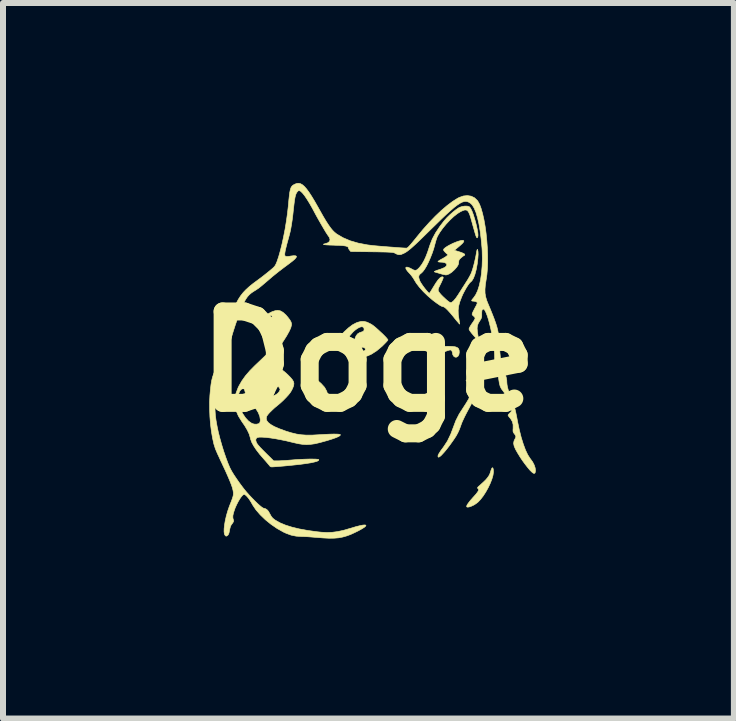
<source format=kicad_pcb>
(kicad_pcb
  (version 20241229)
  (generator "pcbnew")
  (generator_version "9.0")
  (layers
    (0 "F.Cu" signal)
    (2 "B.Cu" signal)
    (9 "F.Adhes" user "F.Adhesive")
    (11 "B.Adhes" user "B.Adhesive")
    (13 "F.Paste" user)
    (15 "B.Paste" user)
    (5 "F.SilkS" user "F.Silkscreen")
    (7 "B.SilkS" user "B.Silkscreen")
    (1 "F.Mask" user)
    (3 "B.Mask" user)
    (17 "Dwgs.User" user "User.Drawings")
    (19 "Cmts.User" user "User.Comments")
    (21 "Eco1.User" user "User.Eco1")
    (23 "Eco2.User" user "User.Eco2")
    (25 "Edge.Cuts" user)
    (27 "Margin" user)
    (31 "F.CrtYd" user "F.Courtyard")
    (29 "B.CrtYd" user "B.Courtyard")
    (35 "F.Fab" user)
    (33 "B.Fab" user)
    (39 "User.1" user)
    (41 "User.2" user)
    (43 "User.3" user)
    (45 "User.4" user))
  (footprint "Doge"
    (layer "F.Cu")
    (at 3.092 2.976)
    (property "Reference" "Doge" (at 0 0 0) (layer "F.SilkS") (effects (font (size 1.524 1.524) (thickness 0.3))))
    (attr through_hole)
    (fp_poly (pts (xy -0.921 0.274) (xy -0.882 0.293) (xy -0.836 0.326) (xy -0.789 0.367) (xy -0.731 0.431) (xy -0.694 0.499) (xy -0.676 0.572) (xy -0.678 0.648) (xy -0.685 0.684) (xy -0.699 0.727) (xy -0.715 0.763) (xy -0.731 0.786) (xy -0.742 0.792) (xy -0.75 0.784) (xy -0.756 0.762) (xy -0.756 0.759) (xy -0.759 0.733) (xy -0.762 0.694) (xy -0.765 0.651) (xy -0.766 0.645) (xy -0.776 0.565) (xy -0.795 0.493) (xy -0.824 0.434) (xy -0.859 0.389) (xy -0.901 0.361) (xy -0.91 0.358) (xy -0.947 0.343) (xy -0.967 0.327) (xy -0.975 0.307) (xy -0.975 0.298) (xy -0.969 0.275) (xy -0.95 0.268) (xy -0.921 0.274)) (stroke (width 0.01) (type solid)) (fill yes) (layer "F.SilkS"))
    (fp_poly (pts (xy 1.394 -0.252) (xy 1.443 -0.246) (xy 1.478 -0.234) (xy 1.5 -0.216) (xy 1.511 -0.189) (xy 1.514 -0.155) (xy 1.508 -0.116) (xy 1.492 -0.088) (xy 1.469 -0.073) (xy 1.443 -0.073) (xy 1.419 -0.09) (xy 1.405 -0.115) (xy 1.402 -0.133) (xy 1.396 -0.162) (xy 1.388 -0.178) (xy 1.376 -0.19) (xy 1.361 -0.193) (xy 1.334 -0.186) (xy 1.334 -0.186) (xy 1.303 -0.176) (xy 1.264 -0.161) (xy 1.235 -0.149) (xy 1.195 -0.134) (xy 1.168 -0.13) (xy 1.152 -0.137) (xy 1.143 -0.156) (xy 1.142 -0.159) (xy 1.139 -0.193) (xy 1.152 -0.218) (xy 1.181 -0.236) (xy 1.226 -0.248) (xy 1.29 -0.253) (xy 1.326 -0.254) (xy 1.394 -0.252)) (stroke (width 0.01) (type solid)) (fill yes) (layer "F.SilkS"))
    (fp_poly (pts (xy 2.073 1.773) (xy 2.08 1.794) (xy 2.083 1.834) (xy 2.083 1.843) (xy 2.076 1.895) (xy 2.058 1.958) (xy 2.031 2.028) (xy 1.996 2.102) (xy 1.956 2.174) (xy 1.912 2.242) (xy 1.867 2.3) (xy 1.826 2.343) (xy 1.793 2.369) (xy 1.755 2.393) (xy 1.717 2.411) (xy 1.682 2.423) (xy 1.655 2.428) (xy 1.639 2.423) (xy 1.636 2.416) (xy 1.642 2.394) (xy 1.663 2.362) (xy 1.697 2.318) (xy 1.746 2.262) (xy 1.75 2.258) (xy 1.791 2.212) (xy 1.818 2.177) (xy 1.833 2.152) (xy 1.836 2.134) (xy 1.829 2.121) (xy 1.825 2.118) (xy 1.817 2.109) (xy 1.82 2.099) (xy 1.834 2.083) (xy 1.852 2.068) (xy 1.908 2.017) (xy 1.951 1.976) (xy 1.982 1.94) (xy 2.005 1.908) (xy 2.022 1.875) (xy 2.035 1.839) (xy 2.038 1.827) (xy 2.051 1.789) (xy 2.063 1.771) (xy 2.073 1.773)) (stroke (width 0.01) (type solid)) (fill yes) (layer "F.SilkS"))
    (fp_poly (pts (xy 1.672 0.044) (xy 1.688 0.058) (xy 1.712 0.083) (xy 1.741 0.117) (xy 1.759 0.139) (xy 1.798 0.192) (xy 1.826 0.243) (xy 1.844 0.293) (xy 1.85 0.346) (xy 1.845 0.402) (xy 1.828 0.466) (xy 1.799 0.539) (xy 1.759 0.624) (xy 1.719 0.699) (xy 1.672 0.787) (xy 1.633 0.86) (xy 1.602 0.921) (xy 1.578 0.972) (xy 1.558 1.016) (xy 1.543 1.056) (xy 1.531 1.09) (xy 1.512 1.14) (xy 1.489 1.19) (xy 1.46 1.243) (xy 1.421 1.302) (xy 1.372 1.371) (xy 1.345 1.408) (xy 1.301 1.465) (xy 1.26 1.514) (xy 1.223 1.554) (xy 1.194 1.581) (xy 1.173 1.594) (xy 1.168 1.595) (xy 1.16 1.587) (xy 1.158 1.577) (xy 1.163 1.556) (xy 1.18 1.526) (xy 1.208 1.483) (xy 1.249 1.428) (xy 1.251 1.425) (xy 1.316 1.326) (xy 1.372 1.209) (xy 1.412 1.103) (xy 1.456 0.986) (xy 1.512 0.875) (xy 1.585 0.762) (xy 1.585 0.762) (xy 1.625 0.7) (xy 1.662 0.638) (xy 1.694 0.577) (xy 1.718 0.523) (xy 1.732 0.48) (xy 1.735 0.467) (xy 1.737 0.445) (xy 1.734 0.429) (xy 1.723 0.412) (xy 1.702 0.39) (xy 1.683 0.373) (xy 1.656 0.346) (xy 1.635 0.325) (xy 1.626 0.313) (xy 1.626 0.312) (xy 1.634 0.307) (xy 1.656 0.305) (xy 1.659 0.305) (xy 1.7 0.298) (xy 1.726 0.278) (xy 1.736 0.246) (xy 1.731 0.2) (xy 1.71 0.142) (xy 1.702 0.123) (xy 1.685 0.088) (xy 1.673 0.06) (xy 1.667 0.045) (xy 1.666 0.043) (xy 1.672 0.044)) (stroke (width 0.01) (type solid)) (fill yes) (layer "F.SilkS"))
    (fp_poly (pts (xy 1.58 -2.018) (xy 1.59 -2.009) (xy 1.585 -1.993) (xy 1.566 -1.969) (xy 1.53 -1.936) (xy 1.503 -1.913) (xy 1.432 -1.854) (xy 1.475 -1.841) (xy 1.532 -1.823) (xy 1.571 -1.808) (xy 1.595 -1.796) (xy 1.605 -1.786) (xy 1.605 -1.782) (xy 1.601 -1.769) (xy 1.597 -1.768) (xy 1.585 -1.762) (xy 1.564 -1.746) (xy 1.546 -1.731) (xy 1.52 -1.707) (xy 1.508 -1.687) (xy 1.504 -1.663) (xy 1.504 -1.658) (xy 1.501 -1.629) (xy 1.49 -1.602) (xy 1.47 -1.572) (xy 1.437 -1.534) (xy 1.429 -1.526) (xy 1.387 -1.488) (xy 1.345 -1.46) (xy 1.306 -1.445) (xy 1.288 -1.443) (xy 1.267 -1.447) (xy 1.234 -1.454) (xy 1.195 -1.465) (xy 1.189 -1.467) (xy 1.15 -1.479) (xy 1.118 -1.488) (xy 1.099 -1.495) (xy 1.097 -1.495) (xy 1.099 -1.5) (xy 1.117 -1.51) (xy 1.148 -1.522) (xy 1.167 -1.528) (xy 1.209 -1.542) (xy 1.245 -1.557) (xy 1.271 -1.568) (xy 1.275 -1.571) (xy 1.3 -1.594) (xy 1.306 -1.616) (xy 1.295 -1.635) (xy 1.268 -1.649) (xy 1.227 -1.656) (xy 1.213 -1.656) (xy 1.183 -1.658) (xy 1.163 -1.662) (xy 1.158 -1.666) (xy 1.167 -1.675) (xy 1.189 -1.69) (xy 1.217 -1.706) (xy 1.252 -1.725) (xy 1.284 -1.744) (xy 1.301 -1.757) (xy 1.326 -1.778) (xy 1.288 -1.812) (xy 1.266 -1.835) (xy 1.252 -1.855) (xy 1.25 -1.862) (xy 1.259 -1.879) (xy 1.283 -1.9) (xy 1.32 -1.924) (xy 1.364 -1.948) (xy 1.413 -1.972) (xy 1.462 -1.992) (xy 1.508 -2.008) (xy 1.547 -2.018) (xy 1.574 -2.02) (xy 1.58 -2.018)) (stroke (width 0.01) (type solid)) (fill yes) (layer "F.SilkS"))
    (fp_poly (pts (xy -0.024 -0.656) (xy 0.032 -0.629) (xy 0.061 -0.612) (xy 0.087 -0.593) (xy 0.12 -0.566) (xy 0.158 -0.532) (xy 0.198 -0.495) (xy 0.238 -0.458) (xy 0.273 -0.423) (xy 0.301 -0.393) (xy 0.319 -0.37) (xy 0.325 -0.36) (xy 0.318 -0.349) (xy 0.299 -0.327) (xy 0.27 -0.297) (xy 0.235 -0.262) (xy 0.229 -0.256) (xy 0.136 -0.178) (xy 0.045 -0.12) (xy -0.044 -0.082) (xy -0.131 -0.064) (xy -0.217 -0.066) (xy -0.248 -0.072) (xy -0.306 -0.091) (xy -0.364 -0.119) (xy -0.419 -0.153) (xy -0.465 -0.191) (xy -0.5 -0.23) (xy -0.521 -0.266) (xy -0.523 -0.276) (xy -0.522 -0.323) (xy -0.519 -0.33) (xy -0.354 -0.33) (xy -0.35 -0.284) (xy -0.328 -0.244) (xy -0.287 -0.212) (xy -0.244 -0.193) (xy -0.201 -0.181) (xy -0.153 -0.175) (xy -0.108 -0.173) (xy -0.074 -0.177) (xy -0.067 -0.179) (xy -0.053 -0.193) (xy -0.051 -0.205) (xy -0.06 -0.224) (xy -0.085 -0.236) (xy -0.124 -0.241) (xy -0.159 -0.239) (xy -0.2 -0.238) (xy -0.228 -0.249) (xy -0.242 -0.273) (xy -0.242 -0.311) (xy -0.231 -0.364) (xy -0.229 -0.373) (xy -0.208 -0.425) (xy -0.182 -0.46) (xy -0.147 -0.482) (xy -0.125 -0.489) (xy -0.091 -0.501) (xy -0.075 -0.517) (xy -0.073 -0.54) (xy -0.075 -0.554) (xy -0.089 -0.574) (xy -0.113 -0.58) (xy -0.146 -0.572) (xy -0.187 -0.55) (xy -0.232 -0.516) (xy -0.257 -0.493) (xy -0.308 -0.435) (xy -0.34 -0.38) (xy -0.354 -0.33) (xy -0.519 -0.33) (xy -0.501 -0.376) (xy -0.46 -0.435) (xy -0.405 -0.495) (xy -0.332 -0.562) (xy -0.267 -0.611) (xy -0.205 -0.644) (xy -0.179 -0.654) (xy -0.125 -0.668) (xy -0.075 -0.669) (xy -0.024 -0.656)) (stroke (width 0.01) (type solid)) (fill yes) (layer "F.SilkS"))
    (fp_poly (pts (xy 1.647 -2.59) (xy 1.679 -2.581) (xy 1.69 -2.572) (xy 1.707 -2.546) (xy 1.727 -2.504) (xy 1.747 -2.45) (xy 1.766 -2.389) (xy 1.785 -2.325) (xy 1.801 -2.26) (xy 1.814 -2.199) (xy 1.823 -2.146) (xy 1.826 -2.105) (xy 1.823 -2.082) (xy 1.818 -2.068) (xy 1.812 -2.061) (xy 1.806 -2.064) (xy 1.798 -2.077) (xy 1.788 -2.103) (xy 1.776 -2.143) (xy 1.76 -2.199) (xy 1.739 -2.272) (xy 1.727 -2.316) (xy 1.706 -2.391) (xy 1.688 -2.448) (xy 1.67 -2.488) (xy 1.652 -2.513) (xy 1.631 -2.525) (xy 1.605 -2.526) (xy 1.574 -2.516) (xy 1.538 -2.5) (xy 1.483 -2.466) (xy 1.422 -2.418) (xy 1.359 -2.359) (xy 1.297 -2.293) (xy 1.239 -2.223) (xy 1.189 -2.153) (xy 1.15 -2.087) (xy 1.138 -2.058) (xy 1.125 -2.017) (xy 1.112 -1.971) (xy 1.108 -1.957) (xy 1.088 -1.882) (xy 1.062 -1.805) (xy 1.032 -1.729) (xy 1 -1.656) (xy 0.968 -1.592) (xy 0.935 -1.537) (xy 0.905 -1.497) (xy 0.881 -1.474) (xy 0.853 -1.451) (xy 0.839 -1.427) (xy 0.839 -1.396) (xy 0.852 -1.353) (xy 0.853 -1.35) (xy 0.865 -1.325) (xy 0.886 -1.292) (xy 0.912 -1.254) (xy 0.94 -1.217) (xy 0.968 -1.183) (xy 0.992 -1.156) (xy 1.009 -1.14) (xy 1.015 -1.138) (xy 1.022 -1.146) (xy 1.038 -1.169) (xy 1.058 -1.202) (xy 1.081 -1.24) (xy 1.125 -1.311) (xy 1.162 -1.363) (xy 1.194 -1.396) (xy 1.221 -1.411) (xy 1.229 -1.412) (xy 1.241 -1.41) (xy 1.246 -1.403) (xy 1.244 -1.387) (xy 1.233 -1.36) (xy 1.215 -1.319) (xy 1.197 -1.283) (xy 1.177 -1.243) (xy 1.166 -1.216) (xy 1.162 -1.198) (xy 1.163 -1.182) (xy 1.168 -1.169) (xy 1.182 -1.148) (xy 1.206 -1.119) (xy 1.238 -1.086) (xy 1.274 -1.052) (xy 1.308 -1.021) (xy 1.339 -0.997) (xy 1.361 -0.983) (xy 1.364 -0.982) (xy 1.387 -0.986) (xy 1.417 -1.01) (xy 1.453 -1.052) (xy 1.496 -1.114) (xy 1.508 -1.134) (xy 1.536 -1.177) (xy 1.569 -1.23) (xy 1.604 -1.284) (xy 1.624 -1.316) (xy 1.654 -1.363) (xy 1.681 -1.41) (xy 1.704 -1.453) (xy 1.715 -1.477) (xy 1.733 -1.528) (xy 1.752 -1.593) (xy 1.77 -1.666) (xy 1.787 -1.741) (xy 1.799 -1.808) (xy 1.806 -1.847) (xy 1.812 -1.866) (xy 1.817 -1.869) (xy 1.819 -1.864) (xy 1.826 -1.832) (xy 1.828 -1.784) (xy 1.824 -1.723) (xy 1.816 -1.652) (xy 1.814 -1.633) (xy 1.796 -1.533) (xy 1.774 -1.451) (xy 1.75 -1.388) (xy 1.723 -1.344) (xy 1.702 -1.325) (xy 1.683 -1.306) (xy 1.659 -1.273) (xy 1.631 -1.229) (xy 1.602 -1.177) (xy 1.574 -1.123) (xy 1.555 -1.08) (xy 1.523 -0.997) (xy 1.503 -0.924) (xy 1.495 -0.855) (xy 1.497 -0.783) (xy 1.509 -0.705) (xy 1.515 -0.668) (xy 1.52 -0.639) (xy 1.521 -0.624) (xy 1.52 -0.623) (xy 1.513 -0.629) (xy 1.496 -0.649) (xy 1.47 -0.679) (xy 1.439 -0.717) (xy 1.425 -0.735) (xy 1.369 -0.803) (xy 1.322 -0.855) (xy 1.286 -0.89) (xy 1.258 -0.91) (xy 1.243 -0.914) (xy 1.222 -0.92) (xy 1.19 -0.937) (xy 1.146 -0.967) (xy 1.088 -1.01) (xy 1.065 -1.028) (xy 0.987 -1.095) (xy 0.914 -1.166) (xy 0.85 -1.237) (xy 0.798 -1.305) (xy 0.772 -1.347) (xy 0.747 -1.389) (xy 0.718 -1.43) (xy 0.691 -1.462) (xy 0.686 -1.467) (xy 0.649 -1.508) (xy 0.627 -1.54) (xy 0.621 -1.562) (xy 0.629 -1.573) (xy 0.653 -1.572) (xy 0.691 -1.558) (xy 0.718 -1.544) (xy 0.754 -1.525) (xy 0.781 -1.519) (xy 0.806 -1.527) (xy 0.832 -1.549) (xy 0.854 -1.573) (xy 0.888 -1.617) (xy 0.921 -1.672) (xy 0.953 -1.739) (xy 0.985 -1.821) (xy 1.018 -1.921) (xy 1.026 -1.945) (xy 1.064 -2.043) (xy 1.12 -2.147) (xy 1.192 -2.255) (xy 1.264 -2.349) (xy 1.307 -2.397) (xy 1.356 -2.445) (xy 1.408 -2.491) (xy 1.457 -2.53) (xy 1.501 -2.56) (xy 1.519 -2.57) (xy 1.561 -2.584) (xy 1.606 -2.591) (xy 1.647 -2.59)) (stroke (width 0.01) (type solid)) (fill yes) (layer "F.SilkS"))
    (fp_poly (pts (xy -1.47 -0.845) (xy -1.425 -0.82) (xy -1.377 -0.777) (xy -1.346 -0.741) (xy -1.311 -0.695) (xy -1.29 -0.658) (xy -1.282 -0.625) (xy -1.284 -0.603) (xy -1.296 -0.559) (xy -1.323 -0.501) (xy -1.363 -0.429) (xy -1.417 -0.344) (xy -1.485 -0.244) (xy -1.567 -0.13) (xy -1.596 -0.091) (xy -1.631 -0.043) (xy -1.662 -0.001) (xy -1.686 0.032) (xy -1.702 0.055) (xy -1.707 0.064) (xy -1.698 0.067) (xy -1.673 0.07) (xy -1.638 0.072) (xy -1.633 0.073) (xy -1.565 0.082) (xy -1.501 0.104) (xy -1.438 0.141) (xy -1.373 0.194) (xy -1.344 0.221) (xy -1.299 0.267) (xy -1.268 0.304) (xy -1.25 0.335) (xy -1.243 0.364) (xy -1.246 0.394) (xy -1.254 0.421) (xy -1.271 0.461) (xy -1.293 0.501) (xy -1.302 0.515) (xy -1.332 0.554) (xy -1.374 0.6) (xy -1.422 0.649) (xy -1.471 0.694) (xy -1.514 0.73) (xy -1.563 0.77) (xy -1.608 0.812) (xy -1.648 0.851) (xy -1.678 0.886) (xy -1.696 0.912) (xy -1.697 0.915) (xy -1.704 0.95) (xy -1.696 0.984) (xy -1.671 1.017) (xy -1.629 1.05) (xy -1.57 1.084) (xy -1.492 1.118) (xy -1.394 1.154) (xy -1.372 1.162) (xy -1.283 1.189) (xy -1.201 1.209) (xy -1.121 1.221) (xy -1.037 1.227) (xy -0.943 1.227) (xy -0.836 1.221) (xy -0.735 1.215) (xy -0.649 1.211) (xy -0.578 1.209) (xy -0.523 1.21) (xy -0.487 1.213) (xy -0.469 1.219) (xy -0.467 1.222) (xy -0.476 1.236) (xy -0.502 1.252) (xy -0.547 1.271) (xy -0.61 1.293) (xy -0.693 1.319) (xy -0.719 1.326) (xy -0.813 1.352) (xy -0.894 1.371) (xy -0.966 1.381) (xy -1.032 1.385) (xy -1.098 1.381) (xy -1.168 1.37) (xy -1.248 1.352) (xy -1.265 1.348) (xy -1.364 1.324) (xy -1.46 1.304) (xy -1.551 1.287) (xy -1.636 1.274) (xy -1.71 1.265) (xy -1.773 1.261) (xy -1.821 1.261) (xy -1.853 1.267) (xy -1.857 1.269) (xy -1.876 1.289) (xy -1.878 1.319) (xy -1.865 1.356) (xy -1.849 1.38) (xy -1.831 1.402) (xy -1.802 1.435) (xy -1.764 1.474) (xy -1.722 1.516) (xy -1.699 1.539) (xy -1.58 1.656) (xy -1.514 1.656) (xy -1.481 1.655) (xy -1.433 1.652) (xy -1.375 1.649) (xy -1.312 1.644) (xy -1.275 1.641) (xy -1.202 1.635) (xy -1.129 1.631) (xy -1.057 1.628) (xy -0.99 1.626) (xy -0.931 1.626) (xy -0.883 1.627) (xy -0.848 1.63) (xy -0.83 1.634) (xy -0.828 1.635) (xy -0.831 1.648) (xy -0.853 1.661) (xy -0.896 1.674) (xy -0.959 1.688) (xy -1.041 1.701) (xy -1.144 1.715) (xy -1.267 1.728) (xy -1.409 1.742) (xy -1.47 1.747) (xy -1.53 1.752) (xy -1.573 1.755) (xy -1.603 1.757) (xy -1.622 1.756) (xy -1.634 1.752) (xy -1.641 1.746) (xy -1.647 1.739) (xy -1.659 1.724) (xy -1.682 1.697) (xy -1.711 1.663) (xy -1.741 1.629) (xy -1.813 1.546) (xy -1.87 1.472) (xy -1.913 1.407) (xy -1.945 1.348) (xy -1.965 1.294) (xy -1.97 1.271) (xy -1.988 1.21) (xy -2.019 1.144) (xy -2.064 1.068) (xy -2.108 1.005) (xy -2.168 0.909) (xy -2.208 0.816) (xy -2.228 0.723) (xy -2.229 0.641) (xy -2.171 0.641) (xy -2.157 0.718) (xy -2.132 0.797) (xy -2.095 0.871) (xy -2.05 0.938) (xy -1.999 0.993) (xy -1.946 1.03) (xy -1.907 1.043) (xy -1.867 1.045) (xy -1.833 1.037) (xy -1.823 1.032) (xy -1.81 1.016) (xy -1.804 0.989) (xy -1.803 0.969) (xy -1.812 0.913) (xy -1.837 0.851) (xy -1.878 0.785) (xy -1.915 0.737) (xy -1.978 0.657) (xy -2.023 0.587) (xy -2.051 0.527) (xy -2.057 0.505) (xy -2.065 0.474) (xy -2.074 0.458) (xy -2.087 0.452) (xy -2.093 0.452) (xy -2.118 0.462) (xy -2.141 0.487) (xy -2.159 0.525) (xy -2.169 0.568) (xy -2.171 0.641) (xy -2.229 0.641) (xy -2.229 0.629) (xy -2.21 0.533) (xy -2.176 0.443) (xy -1.667 0.443) (xy -1.662 0.485) (xy -1.648 0.523) (xy -1.626 0.552) (xy -1.618 0.558) (xy -1.593 0.568) (xy -1.568 0.564) (xy -1.545 0.554) (xy -1.514 0.532) (xy -1.489 0.503) (xy -1.475 0.475) (xy -1.473 0.465) (xy -1.48 0.447) (xy -1.498 0.422) (xy -1.518 0.4) (xy -1.558 0.368) (xy -1.595 0.355) (xy -1.628 0.362) (xy -1.646 0.376) (xy -1.662 0.405) (xy -1.667 0.443) (xy -2.176 0.443) (xy -2.172 0.434) (xy -2.159 0.407) (xy -2.11 0.322) (xy -2.051 0.239) (xy -1.978 0.154) (xy -1.896 0.071) (xy -1.815 -0.006) (xy -1.748 -0.07) (xy -1.694 -0.123) (xy -1.653 -0.165) (xy -1.622 -0.197) (xy -1.601 -0.22) (xy -1.589 -0.235) (xy -1.585 -0.243) (xy -1.585 -0.244) (xy -1.592 -0.256) (xy -1.611 -0.279) (xy -1.638 -0.308) (xy -1.667 -0.337) (xy -1.717 -0.39) (xy -1.753 -0.435) (xy -1.775 -0.479) (xy -1.787 -0.524) (xy -1.791 -0.576) (xy -1.791 -0.579) (xy -1.789 -0.623) (xy -1.696 -0.623) (xy -1.69 -0.569) (xy -1.68 -0.516) (xy -1.665 -0.468) (xy -1.648 -0.43) (xy -1.628 -0.407) (xy -1.627 -0.406) (xy -1.6 -0.399) (xy -1.572 -0.403) (xy -1.552 -0.417) (xy -1.551 -0.418) (xy -1.545 -0.446) (xy -1.558 -0.478) (xy -1.59 -0.512) (xy -1.61 -0.528) (xy -1.642 -0.554) (xy -1.661 -0.576) (xy -1.666 -0.589) (xy -1.662 -0.607) (xy -1.651 -0.637) (xy -1.636 -0.672) (xy -1.617 -0.713) (xy -1.608 -0.739) (xy -1.607 -0.755) (xy -1.614 -0.763) (xy -1.618 -0.765) (xy -1.643 -0.764) (xy -1.667 -0.747) (xy -1.685 -0.719) (xy -1.688 -0.713) (xy -1.695 -0.673) (xy -1.696 -0.623) (xy -1.789 -0.623) (xy -1.789 -0.628) (xy -1.78 -0.666) (xy -1.764 -0.701) (xy -1.739 -0.739) (xy -1.705 -0.772) (xy -1.658 -0.804) (xy -1.605 -0.831) (xy -1.552 -0.848) (xy -1.513 -0.853) (xy -1.47 -0.845)) (stroke (width 0.01) (type solid)) (fill yes) (layer "F.SilkS"))
    (fp_poly (pts (xy -1.133 -2.964) (xy -1.102 -2.947) (xy -1.069 -2.919) (xy -1.033 -2.878) (xy -0.993 -2.824) (xy -0.948 -2.755) (xy -0.897 -2.671) (xy -0.839 -2.569) (xy -0.807 -2.512) (xy -0.754 -2.418) (xy -0.708 -2.341) (xy -0.667 -2.278) (xy -0.631 -2.227) (xy -0.598 -2.187) (xy -0.566 -2.155) (xy -0.534 -2.129) (xy -0.529 -2.125) (xy -0.425 -2.064) (xy -0.306 -2.013) (xy -0.169 -1.973) (xy -0.016 -1.944) (xy 0.091 -1.931) (xy 0.137 -1.927) (xy 0.194 -1.922) (xy 0.259 -1.917) (xy 0.328 -1.911) (xy 0.397 -1.906) (xy 0.464 -1.901) (xy 0.525 -1.896) (xy 0.575 -1.893) (xy 0.613 -1.891) (xy 0.633 -1.89) (xy 0.644 -1.893) (xy 0.658 -1.903) (xy 0.678 -1.923) (xy 0.705 -1.953) (xy 0.741 -1.996) (xy 0.787 -2.052) (xy 0.809 -2.08) (xy 0.91 -2.202) (xy 1.013 -2.317) (xy 1.114 -2.422) (xy 1.214 -2.517) (xy 1.309 -2.598) (xy 1.399 -2.666) (xy 1.481 -2.718) (xy 1.511 -2.734) (xy 1.581 -2.759) (xy 1.649 -2.766) (xy 1.712 -2.756) (xy 1.768 -2.729) (xy 1.814 -2.685) (xy 1.824 -2.671) (xy 1.853 -2.618) (xy 1.879 -2.547) (xy 1.903 -2.461) (xy 1.925 -2.363) (xy 1.944 -2.255) (xy 1.96 -2.14) (xy 1.972 -2.021) (xy 1.981 -1.899) (xy 1.986 -1.779) (xy 1.987 -1.662) (xy 1.983 -1.551) (xy 1.974 -1.449) (xy 1.962 -1.367) (xy 1.948 -1.278) (xy 1.942 -1.204) (xy 1.943 -1.139) (xy 1.953 -1.079) (xy 1.971 -1.018) (xy 1.986 -0.98) (xy 2.03 -0.875) (xy 2.066 -0.786) (xy 2.096 -0.709) (xy 2.12 -0.642) (xy 2.139 -0.583) (xy 2.153 -0.528) (xy 2.164 -0.474) (xy 2.172 -0.419) (xy 2.178 -0.359) (xy 2.183 -0.293) (xy 2.185 -0.249) (xy 2.191 -0.15) (xy 2.199 -0.069) (xy 2.209 -0.000205) (xy 2.222 0.058) (xy 2.238 0.11) (xy 2.253 0.148) (xy 2.28 0.213) (xy 2.296 0.265) (xy 2.305 0.312) (xy 2.306 0.345) (xy 2.309 0.382) (xy 2.316 0.423) (xy 2.329 0.471) (xy 2.35 0.53) (xy 2.378 0.603) (xy 2.38 0.61) (xy 2.401 0.662) (xy 2.417 0.709) (xy 2.432 0.755) (xy 2.445 0.804) (xy 2.458 0.861) (xy 2.472 0.93) (xy 2.485 1.001) (xy 2.514 1.139) (xy 2.546 1.266) (xy 2.581 1.378) (xy 2.617 1.475) (xy 2.655 1.555) (xy 2.694 1.616) (xy 2.704 1.629) (xy 2.737 1.675) (xy 2.763 1.726) (xy 2.779 1.775) (xy 2.784 1.819) (xy 2.778 1.853) (xy 2.775 1.858) (xy 2.763 1.866) (xy 2.745 1.86) (xy 2.721 1.841) (xy 2.688 1.808) (xy 2.65 1.762) (xy 2.608 1.708) (xy 2.565 1.649) (xy 2.524 1.587) (xy 2.486 1.525) (xy 2.453 1.467) (xy 2.452 1.465) (xy 2.428 1.41) (xy 2.419 1.364) (xy 2.426 1.324) (xy 2.438 1.298) (xy 2.454 1.268) (xy 2.456 1.245) (xy 2.444 1.221) (xy 2.432 1.206) (xy 2.417 1.185) (xy 2.41 1.166) (xy 2.409 1.139) (xy 2.411 1.115) (xy 2.411 1.053) (xy 2.399 1.003) (xy 2.373 0.959) (xy 2.362 0.945) (xy 2.342 0.921) (xy 2.329 0.902) (xy 2.327 0.895) (xy 2.334 0.882) (xy 2.351 0.863) (xy 2.357 0.857) (xy 2.38 0.833) (xy 2.386 0.811) (xy 2.376 0.786) (xy 2.362 0.765) (xy 2.331 0.716) (xy 2.312 0.667) (xy 2.306 0.631) (xy 2.298 0.586) (xy 2.276 0.537) (xy 2.247 0.496) (xy 2.215 0.454) (xy 2.194 0.411) (xy 2.181 0.359) (xy 2.174 0.314) (xy 2.166 0.262) (xy 2.154 0.22) (xy 2.145 0.2) (xy 2.128 0.159) (xy 2.115 0.101) (xy 2.106 0.029) (xy 2.103 -0.055) (xy 2.103 -0.062) (xy 2.101 -0.131) (xy 2.095 -0.208) (xy 2.085 -0.291) (xy 2.072 -0.376) (xy 2.056 -0.461) (xy 2.039 -0.544) (xy 2.02 -0.623) (xy 2.001 -0.696) (xy 1.981 -0.759) (xy 1.961 -0.811) (xy 1.943 -0.848) (xy 1.926 -0.87) (xy 1.916 -0.874) (xy 1.9 -0.868) (xy 1.891 -0.85) (xy 1.888 -0.817) (xy 1.888 -0.789) (xy 1.888 -0.753) (xy 1.883 -0.727) (xy 1.87 -0.701) (xy 1.854 -0.676) (xy 1.83 -0.636) (xy 1.816 -0.597) (xy 1.811 -0.554) (xy 1.815 -0.501) (xy 1.823 -0.447) (xy 1.83 -0.406) (xy 1.835 -0.373) (xy 1.837 -0.353) (xy 1.836 -0.349) (xy 1.828 -0.355) (xy 1.809 -0.372) (xy 1.783 -0.4) (xy 1.754 -0.432) (xy 1.715 -0.478) (xy 1.689 -0.513) (xy 1.677 -0.537) (xy 1.676 -0.543) (xy 1.682 -0.561) (xy 1.698 -0.591) (xy 1.72 -0.625) (xy 1.727 -0.635) (xy 1.751 -0.669) (xy 1.768 -0.698) (xy 1.777 -0.718) (xy 1.778 -0.722) (xy 1.77 -0.74) (xy 1.753 -0.756) (xy 1.734 -0.773) (xy 1.727 -0.789) (xy 1.732 -0.805) (xy 1.744 -0.833) (xy 1.763 -0.87) (xy 1.774 -0.892) (xy 1.796 -0.932) (xy 1.808 -0.958) (xy 1.813 -0.974) (xy 1.811 -0.984) (xy 1.804 -0.992) (xy 1.803 -0.992) (xy 1.78 -1.002) (xy 1.751 -1.006) (xy 1.727 -1.008) (xy 1.719 -1.016) (xy 1.727 -1.032) (xy 1.749 -1.058) (xy 1.786 -1.11) (xy 1.819 -1.179) (xy 1.846 -1.263) (xy 1.868 -1.361) (xy 1.884 -1.471) (xy 1.894 -1.589) (xy 1.898 -1.714) (xy 1.895 -1.844) (xy 1.892 -1.894) (xy 1.878 -2.042) (xy 1.861 -2.177) (xy 1.841 -2.296) (xy 1.817 -2.4) (xy 1.791 -2.488) (xy 1.761 -2.558) (xy 1.73 -2.609) (xy 1.703 -2.636) (xy 1.677 -2.653) (xy 1.651 -2.664) (xy 1.623 -2.669) (xy 1.594 -2.666) (xy 1.561 -2.656) (xy 1.523 -2.636) (xy 1.479 -2.607) (xy 1.428 -2.568) (xy 1.369 -2.517) (xy 1.3 -2.455) (xy 1.221 -2.38) (xy 1.13 -2.291) (xy 1.057 -2.22) (xy 0.97 -2.135) (xy 0.897 -2.063) (xy 0.835 -2.003) (xy 0.783 -1.954) (xy 0.739 -1.914) (xy 0.703 -1.882) (xy 0.671 -1.857) (xy 0.644 -1.836) (xy 0.62 -1.82) (xy 0.596 -1.807) (xy 0.588 -1.803) (xy 0.544 -1.784) (xy 0.508 -1.78) (xy 0.474 -1.789) (xy 0.45 -1.801) (xy 0.439 -1.807) (xy 0.428 -1.812) (xy 0.413 -1.816) (xy 0.394 -1.819) (xy 0.368 -1.821) (xy 0.332 -1.823) (xy 0.284 -1.825) (xy 0.223 -1.826) (xy 0.145 -1.828) (xy 0.058 -1.829) (xy -0.296 -1.834) (xy -0.316 -1.858) (xy -0.33 -1.879) (xy -0.335 -1.894) (xy -0.34 -1.908) (xy -0.356 -1.918) (xy -0.384 -1.926) (xy -0.427 -1.932) (xy -0.486 -1.936) (xy -0.564 -1.938) (xy -0.572 -1.939) (xy -0.646 -1.941) (xy -0.701 -1.944) (xy -0.736 -1.948) (xy -0.751 -1.952) (xy -0.746 -1.958) (xy -0.721 -1.964) (xy -0.719 -1.965) (xy -0.675 -1.98) (xy -0.648 -2.003) (xy -0.641 -2.033) (xy -0.652 -2.069) (xy -0.669 -2.093) (xy -0.686 -2.118) (xy -0.712 -2.158) (xy -0.744 -2.212) (xy -0.782 -2.277) (xy -0.825 -2.352) (xy -0.871 -2.434) (xy -0.918 -2.522) (xy -0.935 -2.554) (xy -0.98 -2.633) (xy -1.023 -2.703) (xy -1.062 -2.761) (xy -1.097 -2.805) (xy -1.126 -2.834) (xy -1.138 -2.842) (xy -1.157 -2.849) (xy -1.172 -2.844) (xy -1.186 -2.83) (xy -1.198 -2.813) (xy -1.208 -2.793) (xy -1.217 -2.767) (xy -1.225 -2.732) (xy -1.233 -2.685) (xy -1.241 -2.623) (xy -1.25 -2.544) (xy -1.25 -2.543) (xy -1.261 -2.442) (xy -1.272 -2.356) (xy -1.283 -2.283) (xy -1.294 -2.219) (xy -1.306 -2.16) (xy -1.321 -2.101) (xy -1.335 -2.049) (xy -1.351 -1.993) (xy -1.366 -1.936) (xy -1.379 -1.884) (xy -1.387 -1.85) (xy -1.395 -1.802) (xy -1.396 -1.772) (xy -1.385 -1.755) (xy -1.362 -1.75) (xy -1.322 -1.753) (xy -1.296 -1.758) (xy -1.246 -1.764) (xy -1.214 -1.762) (xy -1.2 -1.753) (xy -1.205 -1.735) (xy -1.227 -1.708) (xy -1.268 -1.673) (xy -1.298 -1.65) (xy -1.344 -1.615) (xy -1.397 -1.576) (xy -1.447 -1.538) (xy -1.458 -1.53) (xy -1.502 -1.496) (xy -1.553 -1.455) (xy -1.604 -1.414) (xy -1.629 -1.392) (xy -1.672 -1.355) (xy -1.718 -1.316) (xy -1.758 -1.282) (xy -1.779 -1.264) (xy -1.82 -1.231) (xy -1.868 -1.197) (xy -1.907 -1.173) (xy -1.948 -1.146) (xy -1.984 -1.116) (xy -2.017 -1.08) (xy -2.047 -1.036) (xy -2.077 -0.981) (xy -2.108 -0.914) (xy -2.141 -0.832) (xy -2.177 -0.732) (xy -2.178 -0.73) (xy -2.219 -0.612) (xy -2.256 -0.497) (xy -2.289 -0.387) (xy -2.316 -0.286) (xy -2.338 -0.197) (xy -2.353 -0.122) (xy -2.356 -0.106) (xy -2.368 -0.042) (xy -2.385 0.015) (xy -2.41 0.073) (xy -2.438 0.127) (xy -2.466 0.183) (xy -2.489 0.236) (xy -2.507 0.29) (xy -2.521 0.351) (xy -2.532 0.422) (xy -2.542 0.507) (xy -2.546 0.545) (xy -2.554 0.649) (xy -2.558 0.739) (xy -2.557 0.82) (xy -2.552 0.899) (xy -2.541 0.98) (xy -2.525 1.07) (xy -2.525 1.071) (xy -2.504 1.172) (xy -2.477 1.279) (xy -2.446 1.389) (xy -2.413 1.497) (xy -2.378 1.599) (xy -2.344 1.691) (xy -2.311 1.769) (xy -2.299 1.793) (xy -2.275 1.837) (xy -2.241 1.892) (xy -2.2 1.953) (xy -2.155 2.018) (xy -2.109 2.08) (xy -2.076 2.123) (xy -2.037 2.171) (xy -1.993 2.221) (xy -1.946 2.271) (xy -1.899 2.319) (xy -1.854 2.363) (xy -1.813 2.4) (xy -1.78 2.427) (xy -1.757 2.442) (xy -1.752 2.444) (xy -1.716 2.454) (xy -1.69 2.471) (xy -1.667 2.497) (xy -1.644 2.539) (xy -1.621 2.58) (xy -1.597 2.61) (xy -1.564 2.637) (xy -1.547 2.648) (xy -1.474 2.689) (xy -1.383 2.727) (xy -1.275 2.761) (xy -1.151 2.791) (xy -1.013 2.816) (xy -0.862 2.837) (xy -0.787 2.845) (xy -0.696 2.85) (xy -0.607 2.847) (xy -0.514 2.835) (xy -0.413 2.813) (xy -0.3 2.78) (xy -0.295 2.779) (xy -0.21 2.753) (xy -0.141 2.736) (xy -0.091 2.726) (xy -0.057 2.724) (xy -0.042 2.73) (xy -0.046 2.742) (xy -0.067 2.762) (xy -0.108 2.788) (xy -0.167 2.821) (xy -0.224 2.849) (xy -0.295 2.882) (xy -0.363 2.907) (xy -0.43 2.926) (xy -0.499 2.939) (xy -0.573 2.945) (xy -0.657 2.946) (xy -0.754 2.941) (xy -0.866 2.932) (xy -0.884 2.931) (xy -0.945 2.926) (xy -1.009 2.921) (xy -1.068 2.918) (xy -1.113 2.917) (xy -1.206 2.911) (xy -1.289 2.894) (xy -1.371 2.864) (xy -1.415 2.844) (xy -1.522 2.784) (xy -1.624 2.714) (xy -1.719 2.637) (xy -1.804 2.555) (xy -1.876 2.472) (xy -1.931 2.39) (xy -1.934 2.384) (xy -1.969 2.324) (xy -2.003 2.275) (xy -2.034 2.24) (xy -2.059 2.219) (xy -2.073 2.215) (xy -2.092 2.224) (xy -2.116 2.249) (xy -2.143 2.287) (xy -2.171 2.334) (xy -2.198 2.387) (xy -2.223 2.443) (xy -2.242 2.498) (xy -2.251 2.528) (xy -2.26 2.568) (xy -2.261 2.597) (xy -2.257 2.623) (xy -2.255 2.627) (xy -2.25 2.645) (xy -2.248 2.659) (xy -2.253 2.674) (xy -2.266 2.695) (xy -2.289 2.726) (xy -2.29 2.728) (xy -2.3 2.748) (xy -2.309 2.781) (xy -2.316 2.814) (xy -2.325 2.859) (xy -2.338 2.888) (xy -2.348 2.898) (xy -2.365 2.91) (xy -2.378 2.909) (xy -2.39 2.898) (xy -2.402 2.875) (xy -2.407 2.836) (xy -2.406 2.784) (xy -2.399 2.721) (xy -2.387 2.651) (xy -2.37 2.576) (xy -2.348 2.498) (xy -2.322 2.422) (xy -2.305 2.378) (xy -2.287 2.333) (xy -2.271 2.289) (xy -2.26 2.254) (xy -2.256 2.241) (xy -2.252 2.213) (xy -2.252 2.182) (xy -2.258 2.146) (xy -2.269 2.102) (xy -2.287 2.05) (xy -2.312 1.987) (xy -2.344 1.912) (xy -2.384 1.822) (xy -2.434 1.716) (xy -2.435 1.713) (xy -2.465 1.65) (xy -2.492 1.59) (xy -2.517 1.537) (xy -2.536 1.493) (xy -2.548 1.464) (xy -2.551 1.458) (xy -2.577 1.376) (xy -2.599 1.277) (xy -2.618 1.166) (xy -2.633 1.047) (xy -2.643 0.923) (xy -2.648 0.798) (xy -2.649 0.675) (xy -2.643 0.561) (xy -2.634 0.464) (xy -2.625 0.385) (xy -2.614 0.318) (xy -2.6 0.262) (xy -2.583 0.212) (xy -2.575 0.191) (xy -2.547 0.122) (xy -2.517 0.037) (xy -2.484 -0.061) (xy -2.45 -0.17) (xy -2.417 -0.285) (xy -2.384 -0.404) (xy -2.373 -0.443) (xy -2.337 -0.58) (xy -2.303 -0.698) (xy -2.27 -0.801) (xy -2.238 -0.89) (xy -2.205 -0.968) (xy -2.17 -1.035) (xy -2.131 -1.095) (xy -2.088 -1.15) (xy -2.04 -1.2) (xy -1.985 -1.25) (xy -1.923 -1.3) (xy -1.874 -1.336) (xy -1.82 -1.376) (xy -1.758 -1.423) (xy -1.699 -1.47) (xy -1.659 -1.502) (xy -1.616 -1.538) (xy -1.586 -1.564) (xy -1.565 -1.586) (xy -1.551 -1.607) (xy -1.539 -1.632) (xy -1.526 -1.663) (xy -1.525 -1.665) (xy -1.497 -1.748) (xy -1.469 -1.847) (xy -1.441 -1.959) (xy -1.415 -2.08) (xy -1.39 -2.207) (xy -1.369 -2.336) (xy -1.351 -2.463) (xy -1.337 -2.585) (xy -1.335 -2.606) (xy -1.327 -2.695) (xy -1.319 -2.766) (xy -1.312 -2.821) (xy -1.303 -2.863) (xy -1.293 -2.895) (xy -1.28 -2.918) (xy -1.265 -2.934) (xy -1.245 -2.947) (xy -1.223 -2.958) (xy -1.192 -2.969) (xy -1.162 -2.971) (xy -1.133 -2.964)) (stroke (width 0.01) (type solid)) (fill yes) (layer "F.SilkS")))
  (gr_rect
    (start -3 -3)
    (end 9.183 8.927)
    (stroke (width 0.1) (type default))
    (fill no)
    (layer "Edge.Cuts")))
</source>
